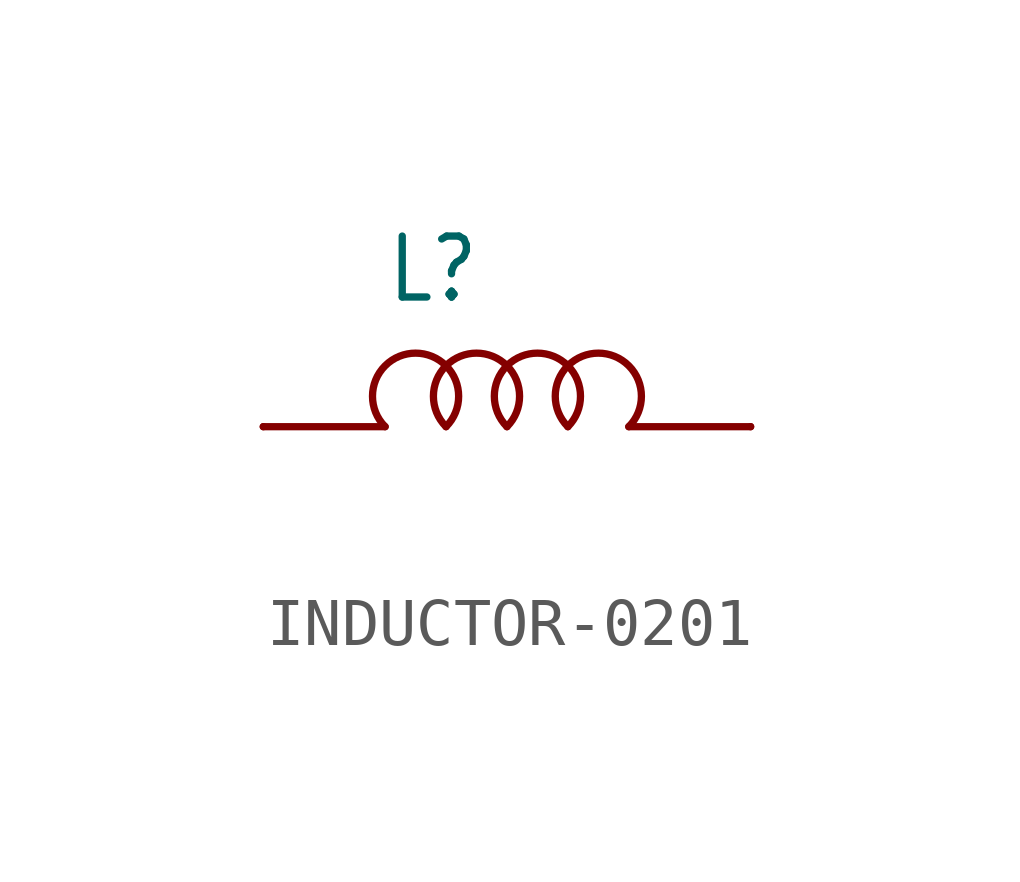
<source format=kicad_sym>
(kicad_symbol_lib
  (version 20231120)
  (generator "kicad_symbol_editor")
  (generator_version "8.0")
  (symbol "INDUCTOR-0201"
    (property "Reference" "L"
      (at -2.54 2.54 0)
      (effects (font (size 1.27 1.079)) (justify left bottom)))
    (property "Value" ""
      (at -2.54 -2.54 0)
      (effects (font (size 1.27 1.079)) (justify left bottom)))
    (property "ki_locked" ""
      (at 0 0 0)
      (effects (font (size 1.27 1.27))))
    (symbol "INDUCTOR-0201_1_0"
      (arc (start -1.2701 -0.0001) (mid -1.9049 1.5329) (end -2.54 0) (stroke (width 0.1524) (type solid)) (fill (type none)))
      (arc (start -0.0001 -0.0001) (mid -0.6349 1.5329) (end -1.27 0) (stroke (width 0.1524) (type solid)) (fill (type none)))
      (polyline (pts (xy -2.54 0) (xy -5.08 0)) (stroke (width 0.152) (type solid)) (fill (type none)))
      (polyline (pts (xy 2.54 0) (xy 5.08 0)) (stroke (width 0.152) (type solid)) (fill (type none)))
      (arc (start 1.2699 -0.0001) (mid 0.6351 1.5329) (end 0 0) (stroke (width 0.1524) (type solid)) (fill (type none)))
      (arc (start 2.5399 -0.0001) (mid 1.9051 1.5329) (end 1.27 0) (stroke (width 0.1524) (type solid)) (fill (type none)))
      (pin passive line (at -5.08 0 0) (length 0) (name "P$1" (effects (font (size 0 0)))) (number "P$1" (effects (font (size 0 0)))))
      (pin passive line (at 5.08 0 0) (length 0) (name "P$2" (effects (font (size 0 0)))) (number "P$2" (effects (font (size 0 0))))))))
</source>
